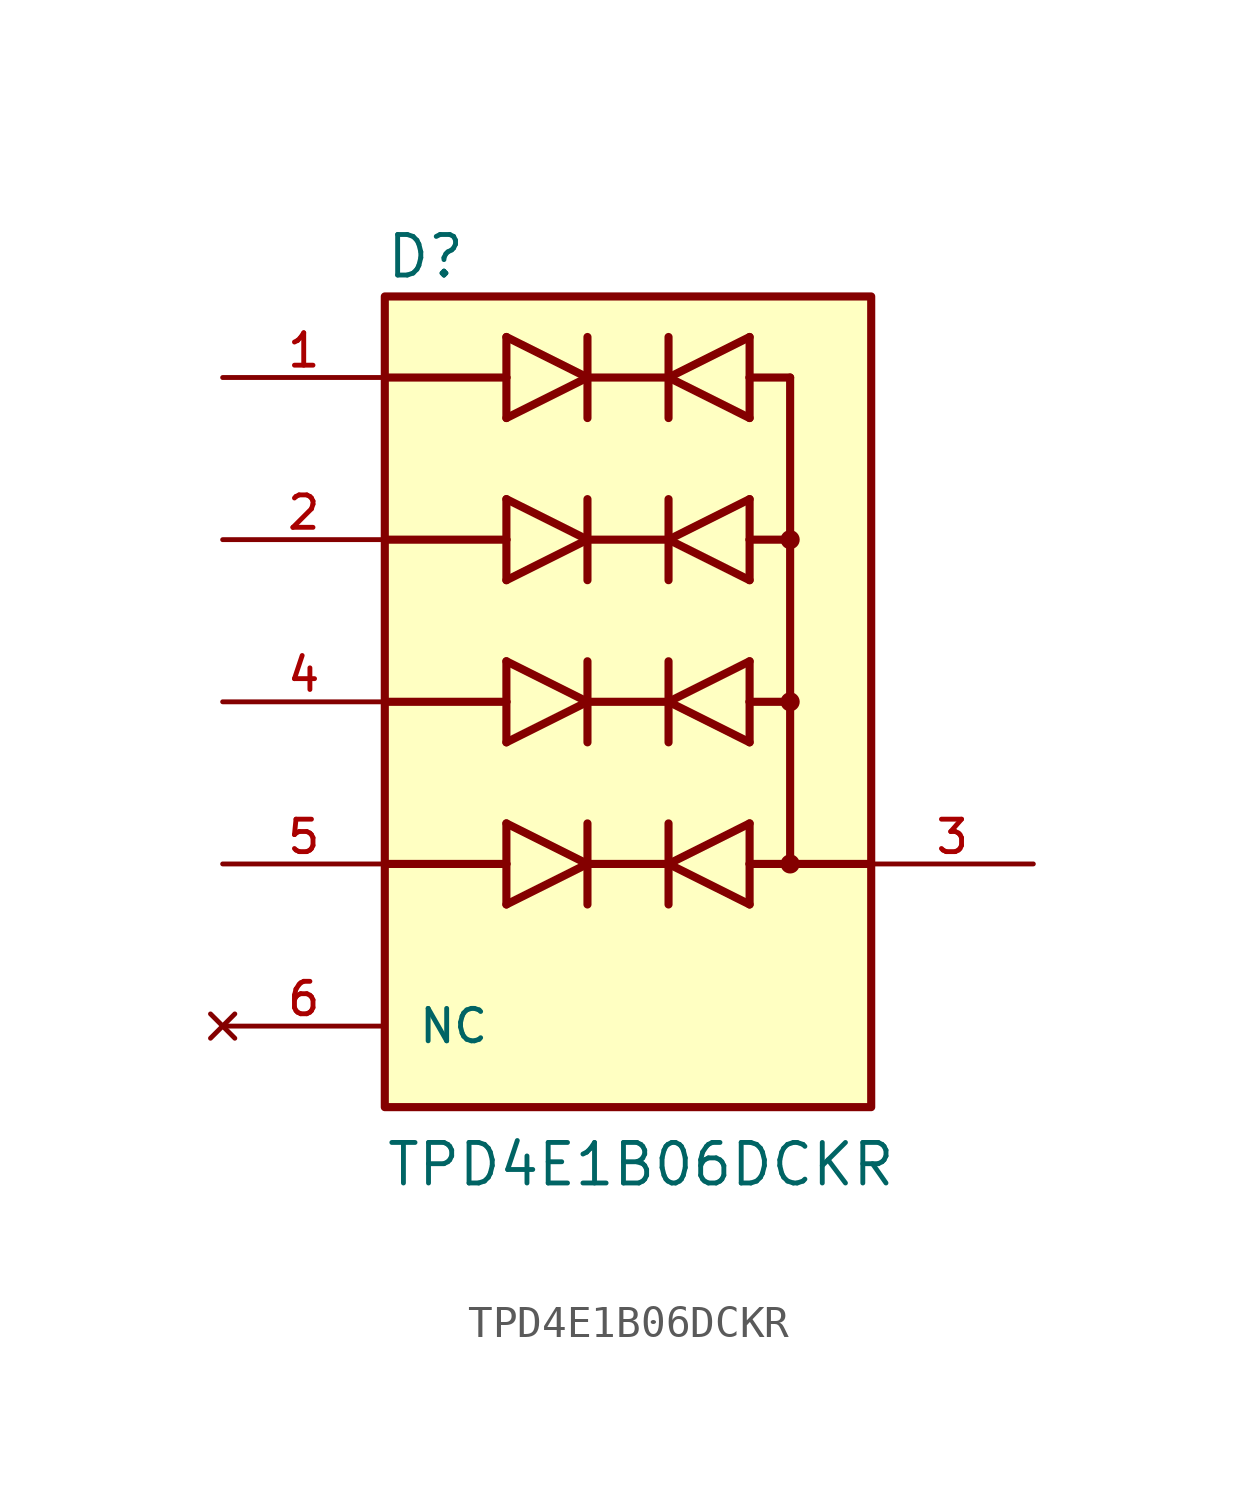
<source format=kicad_sym>
(kicad_symbol_lib
  (version 20241209)
  (generator "kicad_symbol_editor")
  (generator_version "9.0")
  (symbol "TPD4E1B06DCKR"
    (pin_names
      (offset 1.016))
    (property "Reference" "D"
      (at -7.62 13.208 0)
      (effects (font (size 1.27 1.27)) (justify left bottom)))
    (property "Value" "TPD4E1B06DCKR"
      (at -7.62 -15.24 0)
      (effects (font (size 1.27 1.27)) (justify left bottom)))
    (symbol "TPD4E1B06DCKR_0_0"
      (polyline (pts (xy -7.62 10.16) (xy -3.81 10.16)) (stroke (width 0.254) (type default)) (fill (type none)))
      (polyline (pts (xy -7.62 5.08) (xy -3.81 5.08)) (stroke (width 0.254) (type default)) (fill (type none)))
      (polyline (pts (xy -7.62 0) (xy -3.81 0)) (stroke (width 0.254) (type default)) (fill (type none)))
      (polyline (pts (xy -7.62 -5.08) (xy -3.81 -5.08)) (stroke (width 0.254) (type default)) (fill (type none)))
      (rectangle (start -7.62 -12.7) (end 7.62 12.7) (stroke (width 0.254) (type default)) (fill (type background)))
      (polyline (pts (xy -3.81 11.43) (xy -3.81 10.16)) (stroke (width 0.254) (type default)) (fill (type none)))
      (polyline (pts (xy -3.81 10.16) (xy -3.81 8.89)) (stroke (width 0.254) (type default)) (fill (type none)))
      (polyline (pts (xy -3.81 8.89) (xy -1.27 10.16)) (stroke (width 0.254) (type default)) (fill (type none)))
      (polyline (pts (xy -3.81 6.35) (xy -3.81 5.08)) (stroke (width 0.254) (type default)) (fill (type none)))
      (polyline (pts (xy -3.81 5.08) (xy -3.81 3.81)) (stroke (width 0.254) (type default)) (fill (type none)))
      (polyline (pts (xy -3.81 3.81) (xy -1.27 5.08)) (stroke (width 0.254) (type default)) (fill (type none)))
      (polyline (pts (xy -3.81 1.27) (xy -3.81 0)) (stroke (width 0.254) (type default)) (fill (type none)))
      (polyline (pts (xy -3.81 0) (xy -3.81 -1.27)) (stroke (width 0.254) (type default)) (fill (type none)))
      (polyline (pts (xy -3.81 -1.27) (xy -1.27 0)) (stroke (width 0.254) (type default)) (fill (type none)))
      (polyline (pts (xy -3.81 -3.81) (xy -3.81 -5.08)) (stroke (width 0.254) (type default)) (fill (type none)))
      (polyline (pts (xy -3.81 -5.08) (xy -3.81 -6.35)) (stroke (width 0.254) (type default)) (fill (type none)))
      (polyline (pts (xy -3.81 -6.35) (xy -1.27 -5.08)) (stroke (width 0.254) (type default)) (fill (type none)))
      (polyline (pts (xy -1.27 11.43) (xy -1.27 10.16)) (stroke (width 0.254) (type default)) (fill (type none)))
      (polyline (pts (xy -1.27 10.16) (xy -3.81 11.43)) (stroke (width 0.254) (type default)) (fill (type none)))
      (polyline (pts (xy -1.27 10.16) (xy -1.27 8.89)) (stroke (width 0.254) (type default)) (fill (type none)))
      (polyline (pts (xy -1.27 10.16) (xy 1.27 10.16)) (stroke (width 0.254) (type default)) (fill (type none)))
      (polyline (pts (xy -1.27 6.35) (xy -1.27 5.08)) (stroke (width 0.254) (type default)) (fill (type none)))
      (polyline (pts (xy -1.27 5.08) (xy -3.81 6.35)) (stroke (width 0.254) (type default)) (fill (type none)))
      (polyline (pts (xy -1.27 5.08) (xy -1.27 3.81)) (stroke (width 0.254) (type default)) (fill (type none)))
      (polyline (pts (xy -1.27 5.08) (xy 1.27 5.08)) (stroke (width 0.254) (type default)) (fill (type none)))
      (polyline (pts (xy -1.27 1.27) (xy -1.27 0)) (stroke (width 0.254) (type default)) (fill (type none)))
      (polyline (pts (xy -1.27 0) (xy -3.81 1.27)) (stroke (width 0.254) (type default)) (fill (type none)))
      (polyline (pts (xy -1.27 0) (xy -1.27 -1.27)) (stroke (width 0.254) (type default)) (fill (type none)))
      (polyline (pts (xy -1.27 0) (xy 1.27 0)) (stroke (width 0.254) (type default)) (fill (type none)))
      (polyline (pts (xy -1.27 -3.81) (xy -1.27 -5.08)) (stroke (width 0.254) (type default)) (fill (type none)))
      (polyline (pts (xy -1.27 -5.08) (xy -3.81 -3.81)) (stroke (width 0.254) (type default)) (fill (type none)))
      (polyline (pts (xy -1.27 -5.08) (xy -1.27 -6.35)) (stroke (width 0.254) (type default)) (fill (type none)))
      (polyline (pts (xy -1.27 -5.08) (xy 1.27 -5.08)) (stroke (width 0.254) (type default)) (fill (type none)))
      (polyline (pts (xy 1.27 10.16) (xy 1.27 11.43)) (stroke (width 0.254) (type default)) (fill (type none)))
      (polyline (pts (xy 1.27 10.16) (xy 3.81 8.89)) (stroke (width 0.254) (type default)) (fill (type none)))
      (polyline (pts (xy 1.27 8.89) (xy 1.27 10.16)) (stroke (width 0.254) (type default)) (fill (type none)))
      (polyline (pts (xy 1.27 5.08) (xy 1.27 6.35)) (stroke (width 0.254) (type default)) (fill (type none)))
      (polyline (pts (xy 1.27 5.08) (xy 3.81 3.81)) (stroke (width 0.254) (type default)) (fill (type none)))
      (polyline (pts (xy 1.27 3.81) (xy 1.27 5.08)) (stroke (width 0.254) (type default)) (fill (type none)))
      (polyline (pts (xy 1.27 0) (xy 1.27 1.27)) (stroke (width 0.254) (type default)) (fill (type none)))
      (polyline (pts (xy 1.27 0) (xy 3.81 -1.27)) (stroke (width 0.254) (type default)) (fill (type none)))
      (polyline (pts (xy 1.27 -1.27) (xy 1.27 0)) (stroke (width 0.254) (type default)) (fill (type none)))
      (polyline (pts (xy 1.27 -5.08) (xy 1.27 -3.81)) (stroke (width 0.254) (type default)) (fill (type none)))
      (polyline (pts (xy 1.27 -5.08) (xy 3.81 -6.35)) (stroke (width 0.254) (type default)) (fill (type none)))
      (polyline (pts (xy 1.27 -6.35) (xy 1.27 -5.08)) (stroke (width 0.254) (type default)) (fill (type none)))
      (polyline (pts (xy 3.81 11.43) (xy 1.27 10.16)) (stroke (width 0.254) (type default)) (fill (type none)))
      (polyline (pts (xy 3.81 10.16) (xy 3.81 11.43)) (stroke (width 0.254) (type default)) (fill (type none)))
      (polyline (pts (xy 3.81 10.16) (xy 5.08 10.16)) (stroke (width 0.254) (type default)) (fill (type none)))
      (polyline (pts (xy 3.81 8.89) (xy 3.81 10.16)) (stroke (width 0.254) (type default)) (fill (type none)))
      (polyline (pts (xy 3.81 6.35) (xy 1.27 5.08)) (stroke (width 0.254) (type default)) (fill (type none)))
      (polyline (pts (xy 3.81 5.08) (xy 3.81 6.35)) (stroke (width 0.254) (type default)) (fill (type none)))
      (polyline (pts (xy 3.81 3.81) (xy 3.81 5.08)) (stroke (width 0.254) (type default)) (fill (type none)))
      (polyline (pts (xy 3.81 1.27) (xy 1.27 0)) (stroke (width 0.254) (type default)) (fill (type none)))
      (polyline (pts (xy 3.81 0) (xy 3.81 1.27)) (stroke (width 0.254) (type default)) (fill (type none)))
      (polyline (pts (xy 3.81 -1.27) (xy 3.81 0)) (stroke (width 0.254) (type default)) (fill (type none)))
      (polyline (pts (xy 3.81 -3.81) (xy 1.27 -5.08)) (stroke (width 0.254) (type default)) (fill (type none)))
      (polyline (pts (xy 3.81 -5.08) (xy 3.81 -3.81)) (stroke (width 0.254) (type default)) (fill (type none)))
      (polyline (pts (xy 3.81 -6.35) (xy 3.81 -5.08)) (stroke (width 0.254) (type default)) (fill (type none)))
      (polyline (pts (xy 5.08 10.16) (xy 5.08 5.08)) (stroke (width 0.254) (type default)) (fill (type none)))
      (polyline (pts (xy 5.08 5.08) (xy 3.81 5.08)) (stroke (width 0.254) (type default)) (fill (type none)))
      (polyline (pts (xy 5.08 5.08) (xy 5.08 0)) (stroke (width 0.254) (type default)) (fill (type none)))
      (circle (center 5.08 5.08) (radius 0.15) (stroke (width 0.3) (type default)) (fill (type none)))
      (polyline (pts (xy 5.08 0) (xy 3.81 0)) (stroke (width 0.254) (type default)) (fill (type none)))
      (polyline (pts (xy 5.08 0) (xy 5.08 -5.08)) (stroke (width 0.254) (type default)) (fill (type none)))
      (circle (center 5.08 0) (radius 0.15) (stroke (width 0.3) (type default)) (fill (type none)))
      (polyline (pts (xy 5.08 -5.08) (xy 3.81 -5.08)) (stroke (width 0.254) (type default)) (fill (type none)))
      (polyline (pts (xy 5.08 -5.08) (xy 7.62 -5.08)) (stroke (width 0.254) (type default)) (fill (type none)))
      (circle (center 5.08 -5.08) (radius 0.15) (stroke (width 0.3) (type default)) (fill (type none)))
      (pin bidirectional line (at -12.7 10.16 0) (length 5.08) (name "~" (effects (font (size 1.016 1.016)))) (number "1" (effects (font (size 1.016 1.016)))))
      (pin bidirectional line (at -12.7 5.08 0) (length 5.08) (name "~" (effects (font (size 1.016 1.016)))) (number "2" (effects (font (size 1.016 1.016)))))
      (pin bidirectional line (at -12.7 0 0) (length 5.08) (name "~" (effects (font (size 1.016 1.016)))) (number "4" (effects (font (size 1.016 1.016)))))
      (pin bidirectional line (at -12.7 -5.08 0) (length 5.08) (name "~" (effects (font (size 1.016 1.016)))) (number "5" (effects (font (size 1.016 1.016)))))
      (pin no_connect line (at -12.7 -10.16 0) (length 5.08) (name "NC" (effects (font (size 1.016 1.016)))) (number "6" (effects (font (size 1.016 1.016)))))
      (pin power_in line (at 12.7 -5.08 180) (length 5.08) (name "~" (effects (font (size 1.016 1.016)))) (number "3" (effects (font (size 1.016 1.016))))))))
</source>
